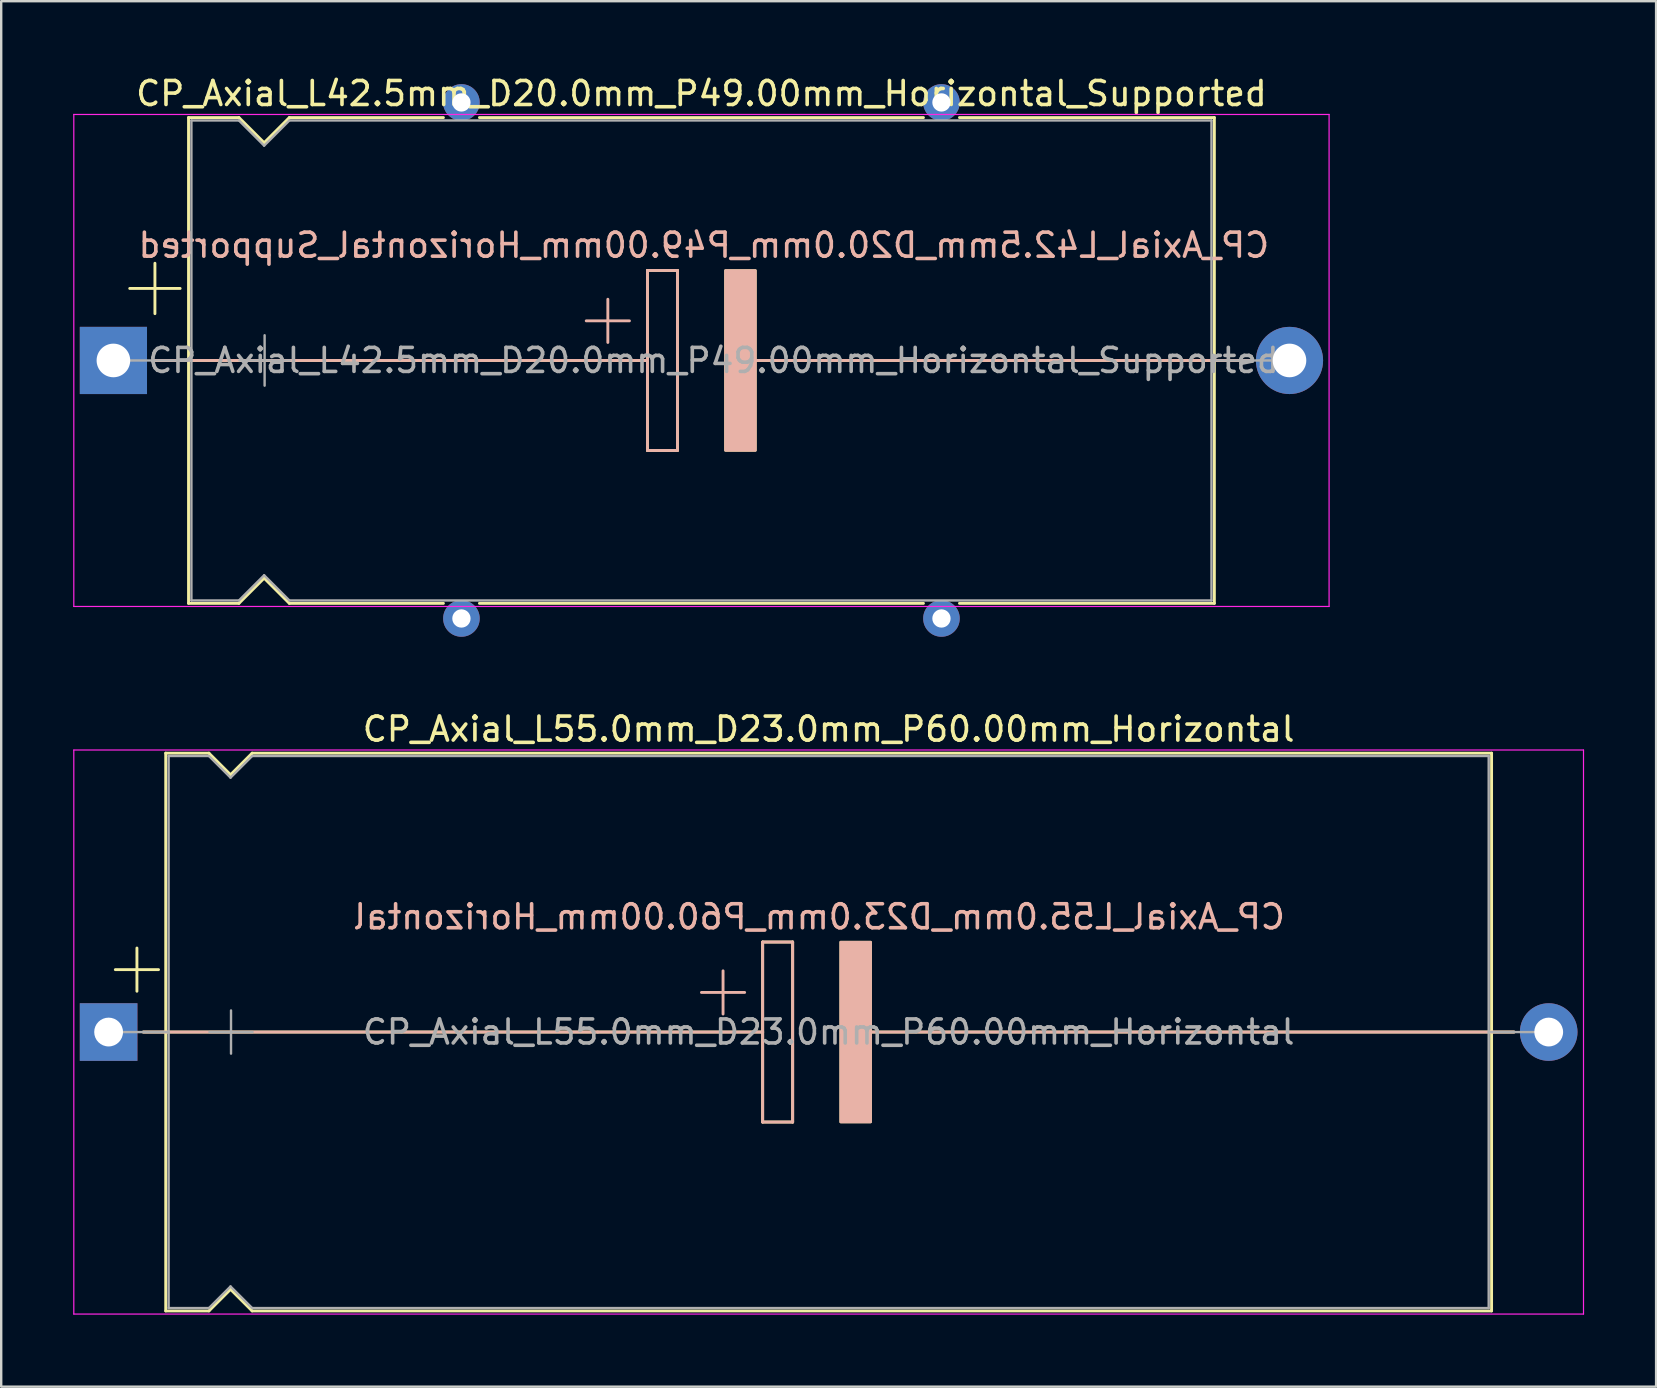
<source format=kicad_pcb>
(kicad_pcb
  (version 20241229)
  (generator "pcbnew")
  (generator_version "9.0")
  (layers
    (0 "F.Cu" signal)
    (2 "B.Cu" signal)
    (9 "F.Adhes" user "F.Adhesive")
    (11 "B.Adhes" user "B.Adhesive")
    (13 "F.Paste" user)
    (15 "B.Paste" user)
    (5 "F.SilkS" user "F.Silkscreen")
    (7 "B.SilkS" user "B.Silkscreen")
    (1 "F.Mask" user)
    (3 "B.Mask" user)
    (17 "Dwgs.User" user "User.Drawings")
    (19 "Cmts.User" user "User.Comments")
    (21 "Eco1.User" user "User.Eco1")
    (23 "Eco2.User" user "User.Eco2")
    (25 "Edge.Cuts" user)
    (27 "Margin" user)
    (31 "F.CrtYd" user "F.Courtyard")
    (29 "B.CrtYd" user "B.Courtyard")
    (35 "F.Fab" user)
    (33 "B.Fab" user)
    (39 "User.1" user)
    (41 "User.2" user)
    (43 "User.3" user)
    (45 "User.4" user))
  (footprint "CP_Axial_L42.5mm_D20.0mm_P49.00mm_Horizontal_Supported"
    (layer "F.Cu")
    (at 1.675 11.968)
    (property "Reference" "CP_Axial_L42.5mm_D20.0mm_P49.00mm_Horizontal_Supported" (at 24.5 -11.12 0) (layer "F.SilkS") (effects (font (size 1 1) (thickness 0.15))))
    (fp_line (start 0.68 -3) (end 2.78 -3) (stroke (width 0.12) (type solid)) (layer "F.SilkS"))
    (fp_line (start 1.64 0) (end 3.13 0) (stroke (width 0.12) (type solid)) (layer "F.SilkS"))
    (fp_line (start 1.73 -4.05) (end 1.73 -1.95) (stroke (width 0.12) (type solid)) (layer "F.SilkS"))
    (fp_line (start 3.13 -10.12) (end 3.13 10.12) (stroke (width 0.12) (type solid)) (layer "F.SilkS"))
    (fp_line (start 3.13 -10.12) (end 5.23 -10.12) (stroke (width 0.12) (type solid)) (layer "F.SilkS"))
    (fp_line (start 3.13 0) (end 22.25 0) (stroke (width 0.12) (type solid)) (layer "F.SilkS"))
    (fp_line (start 3.13 10.12) (end 5.23 10.12) (stroke (width 0.12) (type solid)) (layer "F.SilkS"))
    (fp_line (start 5.23 -10.12) (end 6.28 -9.07) (stroke (width 0.12) (type solid)) (layer "F.SilkS"))
    (fp_line (start 5.23 10.12) (end 6.28 9.07) (stroke (width 0.12) (type solid)) (layer "F.SilkS"))
    (fp_line (start 6.28 -9.07) (end 7.33 -10.12) (stroke (width 0.12) (type solid)) (layer "F.SilkS"))
    (fp_line (start 6.28 9.07) (end 7.33 10.12) (stroke (width 0.12) (type solid)) (layer "F.SilkS"))
    (fp_line (start 7.33 -10.12) (end 13.75 -10.12) (stroke (width 0.12) (type solid)) (layer "F.SilkS"))
    (fp_line (start 7.33 10.12) (end 13.75 10.12) (stroke (width 0.12) (type solid)) (layer "F.SilkS"))
    (fp_line (start 15.25 -10.12) (end 33.75 -10.12) (stroke (width 0.12) (type solid)) (layer "F.SilkS"))
    (fp_line (start 15.25 10.12) (end 33.75 10.12) (stroke (width 0.12) (type solid)) (layer "F.SilkS"))
    (fp_line (start 22.25 -3.75) (end 23.5 -3.75) (stroke (width 0.12) (type solid)) (layer "F.SilkS"))
    (fp_line (start 22.25 0) (end 22.25 -3.75) (stroke (width 0.12) (type solid)) (layer "F.SilkS"))
    (fp_line (start 22.25 3.75) (end 22.25 0) (stroke (width 0.12) (type solid)) (layer "F.SilkS"))
    (fp_line (start 23.5 -3.75) (end 23.5 3.75) (stroke (width 0.12) (type solid)) (layer "F.SilkS"))
    (fp_line (start 23.5 3.75) (end 22.25 3.75) (stroke (width 0.12) (type solid)) (layer "F.SilkS"))
    (fp_line (start 26.25 0) (end 45.87 0) (stroke (width 0.12) (type solid)) (layer "F.SilkS"))
    (fp_line (start 35.25 -10.12) (end 45.87 -10.12) (stroke (width 0.12) (type solid)) (layer "F.SilkS"))
    (fp_line (start 35.25 10.12) (end 45.87 10.12) (stroke (width 0.12) (type solid)) (layer "F.SilkS"))
    (fp_line (start 45.87 -10.12) (end 45.87 10.12) (stroke (width 0.12) (type solid)) (layer "F.SilkS"))
    (fp_line (start 47.36 0) (end 45.87 0) (stroke (width 0.12) (type solid)) (layer "F.SilkS"))
    (fp_poly (pts (xy 26.75 3.75) (xy 25.5 3.75) (xy 25.5 -3.75) (xy 26.75 -3.75)) (stroke (width 0.1) (type solid)) (fill yes) (layer "F.SilkS"))
    (fp_line (start 1.65 0) (end 15.38 0) (stroke (width 0.12) (type solid)) (layer "B.SilkS"))
    (fp_line (start 15.38 0) (end 22.25 0) (stroke (width 0.12) (type solid)) (layer "B.SilkS"))
    (fp_line (start 20.6 -2.55) (end 20.6 -0.75) (stroke (width 0.12) (type solid)) (layer "B.SilkS"))
    (fp_line (start 21.5 -1.65) (end 19.7 -1.65) (stroke (width 0.12) (type solid)) (layer "B.SilkS"))
    (fp_line (start 22.25 -3.75) (end 23.5 -3.75) (stroke (width 0.12) (type solid)) (layer "B.SilkS"))
    (fp_line (start 22.25 0) (end 22.25 -3.75) (stroke (width 0.12) (type solid)) (layer "B.SilkS"))
    (fp_line (start 22.25 3.75) (end 22.25 0) (stroke (width 0.12) (type solid)) (layer "B.SilkS"))
    (fp_line (start 23.5 -3.75) (end 23.5 3.75) (stroke (width 0.12) (type solid)) (layer "B.SilkS"))
    (fp_line (start 23.5 3.75) (end 22.25 3.75) (stroke (width 0.12) (type solid)) (layer "B.SilkS"))
    (fp_line (start 26.75 0) (end 33.62 0) (stroke (width 0.12) (type solid)) (layer "B.SilkS"))
    (fp_line (start 47.35 0) (end 33.62 0) (stroke (width 0.12) (type solid)) (layer "B.SilkS"))
    (fp_poly (pts (xy 26.75 3.75) (xy 25.5 3.75) (xy 25.5 -3.75) (xy 26.75 -3.75)) (stroke (width 0.1) (type solid)) (fill yes) (layer "B.SilkS"))
    (fp_line (start -1.65 -10.25) (end -1.65 10.25) (stroke (width 0.05) (type solid)) (layer "F.CrtYd"))
    (fp_line (start -1.65 10.25) (end 50.65 10.25) (stroke (width 0.05) (type solid)) (layer "F.CrtYd"))
    (fp_line (start 50.65 -10.25) (end -1.65 -10.25) (stroke (width 0.05) (type solid)) (layer "F.CrtYd"))
    (fp_line (start 50.65 10.25) (end 50.65 -10.25) (stroke (width 0.05) (type solid)) (layer "F.CrtYd"))
    (fp_line (start 0 0) (end 3.25 0) (stroke (width 0.1) (type solid)) (layer "F.Fab"))
    (fp_line (start 3.25 -10) (end 3.25 10) (stroke (width 0.1) (type solid)) (layer "F.Fab"))
    (fp_line (start 3.25 -10) (end 5.23 -10) (stroke (width 0.1) (type solid)) (layer "F.Fab"))
    (fp_line (start 3.25 10) (end 5.23 10) (stroke (width 0.1) (type solid)) (layer "F.Fab"))
    (fp_line (start 5.23 -10) (end 6.28 -8.95) (stroke (width 0.1) (type solid)) (layer "F.Fab"))
    (fp_line (start 5.23 10) (end 6.28 8.95) (stroke (width 0.1) (type solid)) (layer "F.Fab"))
    (fp_line (start 5.25 0) (end 7.35 0) (stroke (width 0.1) (type solid)) (layer "F.Fab"))
    (fp_line (start 6.28 -8.95) (end 7.33 -10) (stroke (width 0.1) (type solid)) (layer "F.Fab"))
    (fp_line (start 6.28 8.95) (end 7.33 10) (stroke (width 0.1) (type solid)) (layer "F.Fab"))
    (fp_line (start 6.3 -1.05) (end 6.3 1.05) (stroke (width 0.1) (type solid)) (layer "F.Fab"))
    (fp_line (start 7.33 -10) (end 45.75 -10) (stroke (width 0.1) (type solid)) (layer "F.Fab"))
    (fp_line (start 7.33 10) (end 45.75 10) (stroke (width 0.1) (type solid)) (layer "F.Fab"))
    (fp_line (start 45.75 -10) (end 45.75 10) (stroke (width 0.1) (type solid)) (layer "F.Fab"))
    (fp_line (start 49 0) (end 45.75 0) (stroke (width 0.1) (type solid)) (layer "F.Fab"))
    (fp_text user "${REFERENCE}" (at 24.6 -4.8 0) (layer "B.SilkS") (effects (font (size 1 1) (thickness 0.15)) (justify mirror)))
    (fp_text user "${REFERENCE}" (at 25 0 0) (layer "F.Fab") (effects (font (size 1 1) (thickness 0.15))))
    (pad "" thru_hole circle (at 14.5 -10.75) (size 1.524 1.524) (drill 0.762) (layers "*.Cu" "*.Mask"))
    (pad "" thru_hole circle (at 14.5 10.75) (size 1.524 1.524) (drill 0.762) (layers "*.Cu" "*.Mask"))
    (pad "" thru_hole circle (at 34.5 -10.75) (size 1.524 1.524) (drill 0.762) (layers "*.Cu" "*.Mask"))
    (pad "" thru_hole circle (at 34.5 10.75) (size 1.524 1.524) (drill 0.762) (layers "*.Cu" "*.Mask"))
    (pad "1" thru_hole rect (at 0 0) (size 2.8 2.8) (drill 1.4) (layers "*.Cu" "*.Mask"))
    (pad "2" thru_hole oval (at 49 0) (size 2.8 2.8) (drill 1.4) (layers "*.Cu" "*.Mask")))
  (footprint "CP_Axial_L55.0mm_D23.0mm_P60.00mm_Horizontal"
    (layer "F.Cu")
    (at 1.475 39.949)
    (property "Reference" "CP_Axial_L55.0mm_D23.0mm_P60.00mm_Horizontal" (at 30 -12.62 0) (layer "F.SilkS") (effects (font (size 1 1) (thickness 0.15))))
    (fp_line (start 0.28 -2.6) (end 2.08 -2.6) (stroke (width 0.12) (type solid)) (layer "F.SilkS"))
    (fp_line (start 1.18 -3.5) (end 1.18 -1.7) (stroke (width 0.12) (type solid)) (layer "F.SilkS"))
    (fp_line (start 1.44 0) (end 2.38 0) (stroke (width 0.12) (type solid)) (layer "F.SilkS"))
    (fp_line (start 2.38 -11.62) (end 2.38 11.62) (stroke (width 0.12) (type solid)) (layer "F.SilkS"))
    (fp_line (start 2.38 -11.62) (end 4.18 -11.62) (stroke (width 0.12) (type solid)) (layer "F.SilkS"))
    (fp_line (start 2.38 0) (end 27.25 0) (stroke (width 0.12) (type solid)) (layer "F.SilkS"))
    (fp_line (start 2.38 11.62) (end 4.18 11.62) (stroke (width 0.12) (type solid)) (layer "F.SilkS"))
    (fp_line (start 4.18 -11.62) (end 5.08 -10.72) (stroke (width 0.12) (type solid)) (layer "F.SilkS"))
    (fp_line (start 4.18 11.62) (end 5.08 10.72) (stroke (width 0.12) (type solid)) (layer "F.SilkS"))
    (fp_line (start 5.08 -10.72) (end 5.98 -11.62) (stroke (width 0.12) (type solid)) (layer "F.SilkS"))
    (fp_line (start 5.08 10.72) (end 5.98 11.62) (stroke (width 0.12) (type solid)) (layer "F.SilkS"))
    (fp_line (start 5.98 -11.62) (end 57.62 -11.62) (stroke (width 0.12) (type solid)) (layer "F.SilkS"))
    (fp_line (start 5.98 11.62) (end 57.62 11.62) (stroke (width 0.12) (type solid)) (layer "F.SilkS"))
    (fp_line (start 27.25 -3.75) (end 28.5 -3.75) (stroke (width 0.12) (type solid)) (layer "F.SilkS"))
    (fp_line (start 27.25 0) (end 27.25 -3.75) (stroke (width 0.12) (type solid)) (layer "F.SilkS"))
    (fp_line (start 27.25 3.75) (end 27.25 0) (stroke (width 0.12) (type solid)) (layer "F.SilkS"))
    (fp_line (start 28.5 -3.75) (end 28.5 3.75) (stroke (width 0.12) (type solid)) (layer "F.SilkS"))
    (fp_line (start 28.5 3.75) (end 27.25 3.75) (stroke (width 0.12) (type solid)) (layer "F.SilkS"))
    (fp_line (start 31.75 0) (end 57.62 0) (stroke (width 0.12) (type solid)) (layer "F.SilkS"))
    (fp_line (start 57.62 -11.62) (end 57.62 11.62) (stroke (width 0.12) (type solid)) (layer "F.SilkS"))
    (fp_line (start 58.56 0) (end 57.62 0) (stroke (width 0.12) (type solid)) (layer "F.SilkS"))
    (fp_poly (pts (xy 31.75 3.75) (xy 30.5 3.75) (xy 30.5 -3.75) (xy 31.75 -3.75)) (stroke (width 0.1) (type solid)) (fill yes) (layer "F.SilkS"))
    (fp_line (start 1.45 0) (end 20.38 0) (stroke (width 0.12) (type solid)) (layer "B.SilkS"))
    (fp_line (start 20.38 0) (end 27.25 0) (stroke (width 0.12) (type solid)) (layer "B.SilkS"))
    (fp_line (start 25.6 -2.55) (end 25.6 -0.75) (stroke (width 0.12) (type solid)) (layer "B.SilkS"))
    (fp_line (start 26.5 -1.65) (end 24.7 -1.65) (stroke (width 0.12) (type solid)) (layer "B.SilkS"))
    (fp_line (start 27.25 -3.75) (end 28.5 -3.75) (stroke (width 0.12) (type solid)) (layer "B.SilkS"))
    (fp_line (start 27.25 0) (end 27.25 -3.75) (stroke (width 0.12) (type solid)) (layer "B.SilkS"))
    (fp_line (start 27.25 3.75) (end 27.25 0) (stroke (width 0.12) (type solid)) (layer "B.SilkS"))
    (fp_line (start 28.5 -3.75) (end 28.5 3.75) (stroke (width 0.12) (type solid)) (layer "B.SilkS"))
    (fp_line (start 28.5 3.75) (end 27.25 3.75) (stroke (width 0.12) (type solid)) (layer "B.SilkS"))
    (fp_line (start 31.75 0) (end 38.62 0) (stroke (width 0.12) (type solid)) (layer "B.SilkS"))
    (fp_line (start 58.55 0) (end 38.62 0) (stroke (width 0.12) (type solid)) (layer "B.SilkS"))
    (fp_poly (pts (xy 31.75 3.75) (xy 30.5 3.75) (xy 30.5 -3.75) (xy 31.75 -3.75)) (stroke (width 0.1) (type solid)) (fill yes) (layer "B.SilkS"))
    (fp_line (start -1.45 -11.75) (end -1.45 11.75) (stroke (width 0.05) (type solid)) (layer "F.CrtYd"))
    (fp_line (start -1.45 11.75) (end 61.45 11.75) (stroke (width 0.05) (type solid)) (layer "F.CrtYd"))
    (fp_line (start 61.45 -11.75) (end -1.45 -11.75) (stroke (width 0.05) (type solid)) (layer "F.CrtYd"))
    (fp_line (start 61.45 11.75) (end 61.45 -11.75) (stroke (width 0.05) (type solid)) (layer "F.CrtYd"))
    (fp_line (start 0 0) (end 2.5 0) (stroke (width 0.1) (type solid)) (layer "F.Fab"))
    (fp_line (start 2.5 -11.5) (end 2.5 11.5) (stroke (width 0.1) (type solid)) (layer "F.Fab"))
    (fp_line (start 2.5 -11.5) (end 4.18 -11.5) (stroke (width 0.1) (type solid)) (layer "F.Fab"))
    (fp_line (start 2.5 11.5) (end 4.18 11.5) (stroke (width 0.1) (type solid)) (layer "F.Fab"))
    (fp_line (start 4.18 -11.5) (end 5.08 -10.6) (stroke (width 0.1) (type solid)) (layer "F.Fab"))
    (fp_line (start 4.18 11.5) (end 5.08 10.6) (stroke (width 0.1) (type solid)) (layer "F.Fab"))
    (fp_line (start 4.2 0) (end 6 0) (stroke (width 0.1) (type solid)) (layer "F.Fab"))
    (fp_line (start 5.08 -10.6) (end 5.98 -11.5) (stroke (width 0.1) (type solid)) (layer "F.Fab"))
    (fp_line (start 5.08 10.6) (end 5.98 11.5) (stroke (width 0.1) (type solid)) (layer "F.Fab"))
    (fp_line (start 5.1 -0.9) (end 5.1 0.9) (stroke (width 0.1) (type solid)) (layer "F.Fab"))
    (fp_line (start 5.98 -11.5) (end 57.5 -11.5) (stroke (width 0.1) (type solid)) (layer "F.Fab"))
    (fp_line (start 5.98 11.5) (end 57.5 11.5) (stroke (width 0.1) (type solid)) (layer "F.Fab"))
    (fp_line (start 57.5 -11.5) (end 57.5 11.5) (stroke (width 0.1) (type solid)) (layer "F.Fab"))
    (fp_line (start 60 0) (end 57.5 0) (stroke (width 0.1) (type solid)) (layer "F.Fab"))
    (fp_text user "${REFERENCE}" (at 29.6 -4.8 0) (layer "B.SilkS") (effects (font (size 1 1) (thickness 0.15)) (justify mirror)))
    (fp_text user "${REFERENCE}" (at 30 0 0) (layer "F.Fab") (effects (font (size 1 1) (thickness 0.15))))
    (pad "1" thru_hole rect (at 0 0) (size 2.4 2.4) (drill 1.2) (layers "*.Cu" "*.Mask"))
    (pad "2" thru_hole oval (at 60 0) (size 2.4 2.4) (drill 1.2) (layers "*.Cu" "*.Mask")))
  (gr_rect
    (start -3 -3)
    (end 65.95 54.724)
    (stroke (width 0.1) (type default))
    (fill no)
    (layer "Edge.Cuts")))
</source>
